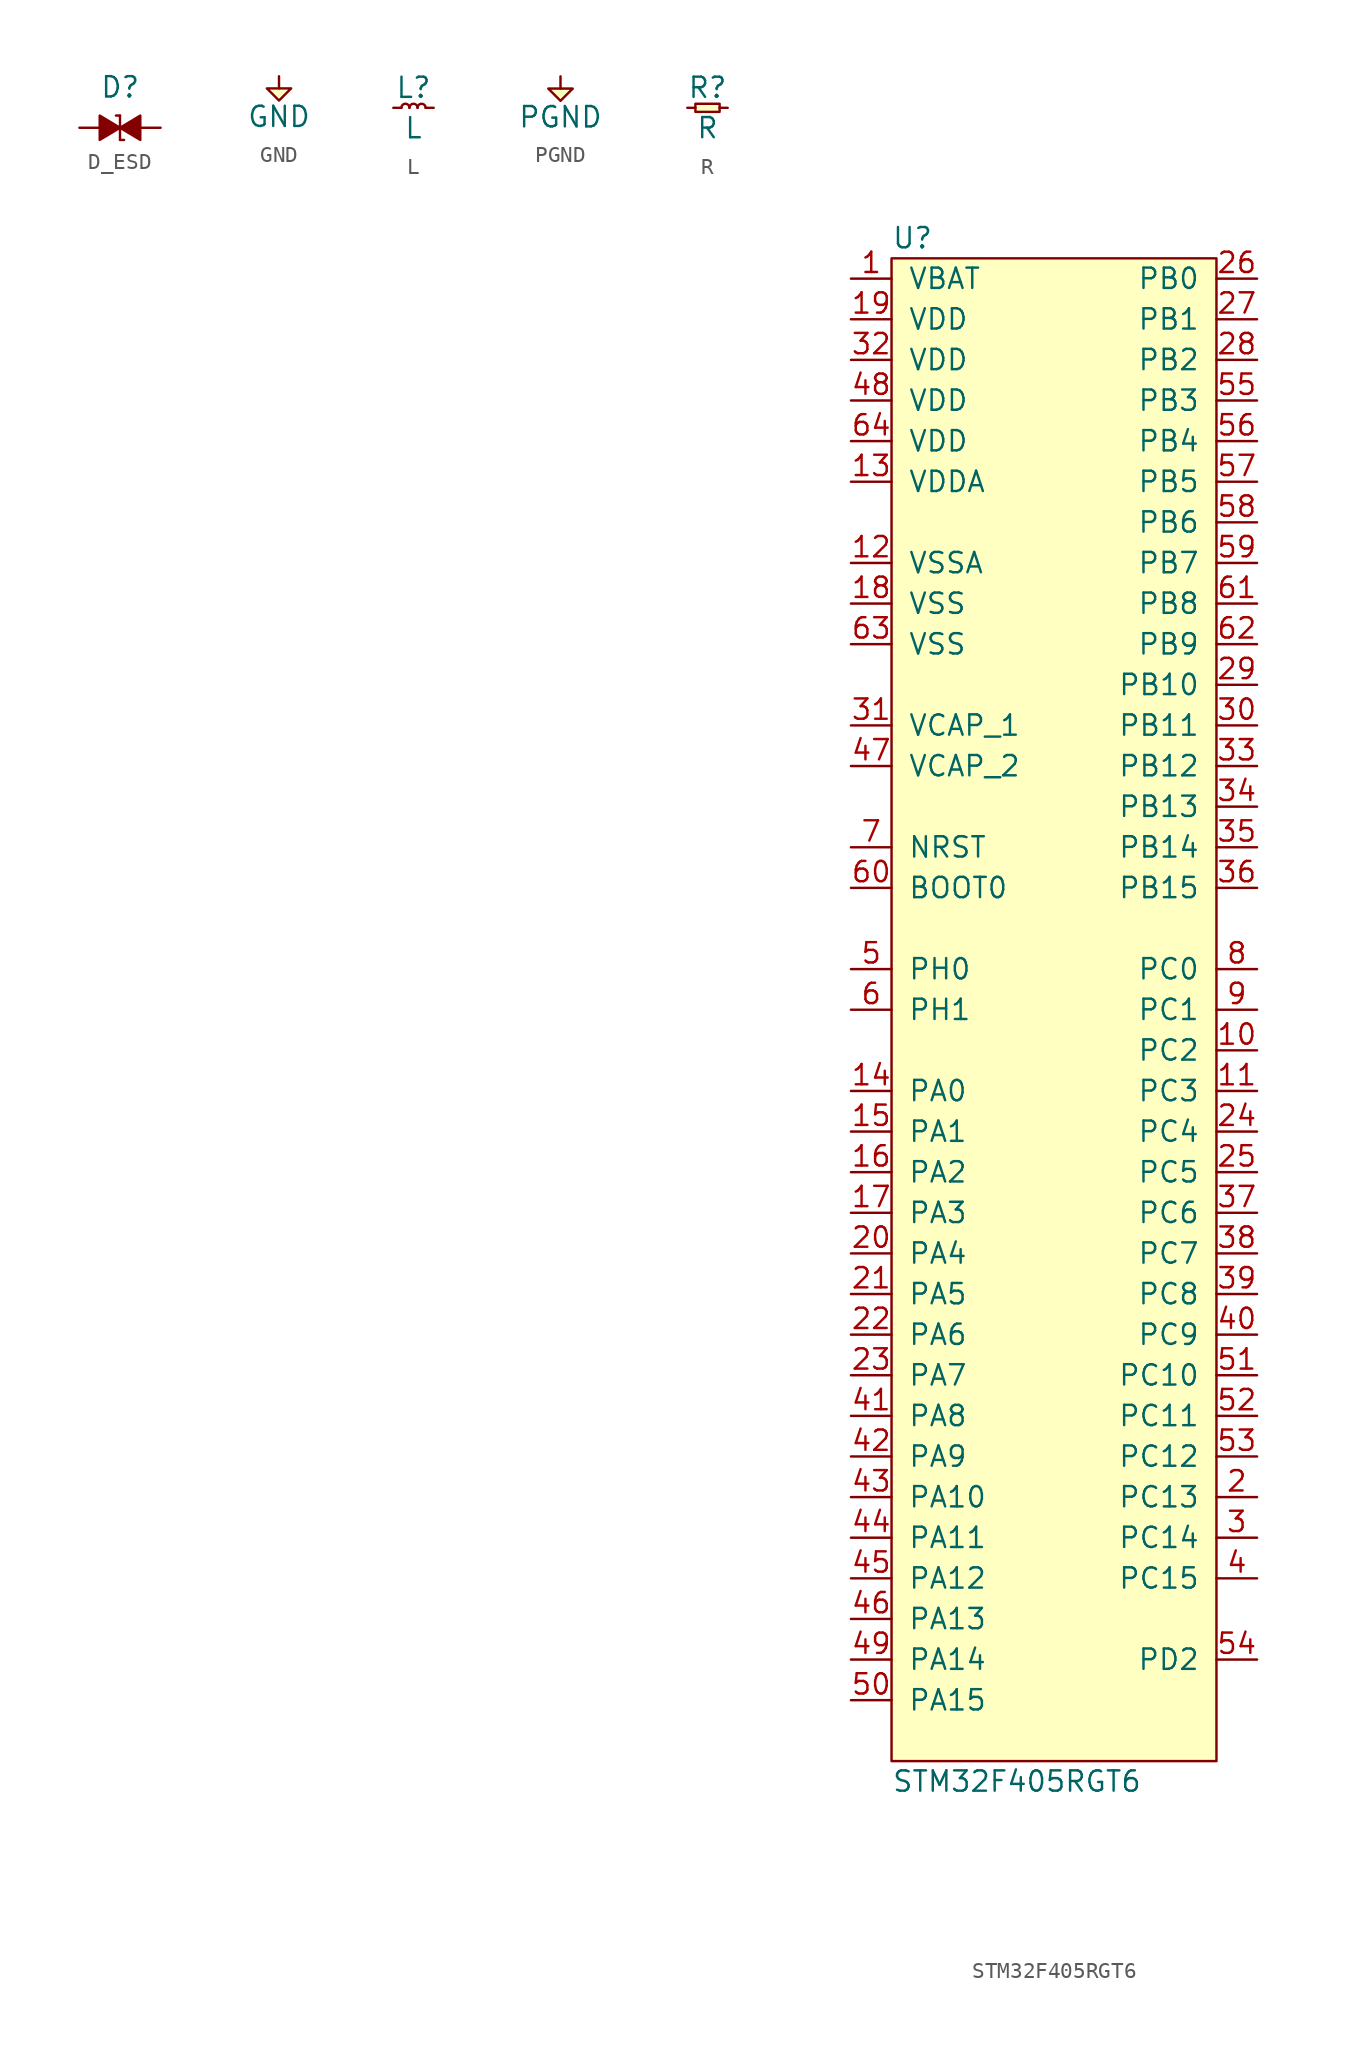
<source format=kicad_sym>
(kicad_symbol_lib
  (version 20211014)
  (generator kicad_symbol_editor)
  (symbol "D_ESD"
    (pin_numbers hide)
    (pin_names
      (offset 0) hide)
    (property "Reference" "D"
      (at -1.27 2.54 0)
      (effects (font (size 1.27 1.27)) (justify left)))
    (symbol "D_ESD_0_1"
      (polyline (pts (xy 0 -0.762) (xy 0.254 -0.762)) (stroke (width 0) (type default) (color 0 0 0 0)) (fill (type none)))
      (polyline (pts (xy 0 0.762) (xy -0.254 0.762)) (stroke (width 0) (type default) (color 0 0 0 0)) (fill (type none)))
      (polyline (pts (xy 0 0.762) (xy 0 -0.762)) (stroke (width 0) (type default) (color 0 0 0 0)) (fill (type none)))
      (polyline (pts (xy 0 0) (xy -1.27 0.762) (xy -1.27 -0.762) (xy 0 0)) (stroke (width 0) (type default) (color 0 0 0 0)) (fill (type outline)))
      (polyline (pts (xy 0 0) (xy 1.27 0.762) (xy 1.27 -0.762) (xy 0 0)) (stroke (width 0) (type default) (color 0 0 0 0)) (fill (type outline))))
    (symbol "D_ESD_1_1"
      (pin passive line (at -2.54 0 0) (length 1.27) (name "1" (effects (font (size 1.27 1.27)))) (number "1" (effects (font (size 1.27 1.27)))))
      (pin passive line (at 2.54 0 180) (length 1.27) (name "2" (effects (font (size 1.27 1.27)))) (number "2" (effects (font (size 1.27 1.27)))))))
  (symbol "GND"
    (power)
    (pin_numbers hide)
    (pin_names
      (offset 1.016) hide)
    (property "Reference" "#PWR"
      (at -3.302 1.016 0)
      (effects (font (size 1.27 1.27)) (justify left) hide))
    (property "Value" "GND"
      (at 0 -2.54 0)
      (effects (font (size 1.27 1.27))))
    (symbol "GND_0_1"
      (polyline (pts (xy 0 0) (xy 0 -0.762)) (stroke (width 0) (type default) (color 0 0 0 0)) (fill (type none)))
      (polyline (pts (xy -0.762 -0.762) (xy 0.762 -0.762) (xy 0 -1.524) (xy -0.762 -0.762)) (stroke (width 0) (type default) (color 0 0 0 0)) (fill (type background))))
    (symbol "GND_1_1"
      (pin power_in line (at 0 0 180) (length 0) hide (name "GND" (effects (font (size 1.27 1.27)))) (number "1" (effects (font (size 1.27 1.27)))))))
  (symbol "L"
    (pin_numbers hide)
    (pin_names
      (offset 1.016) hide)
    (property "Reference" "L"
      (at 1.27 1.27 0)
      (effects (font (size 1.27 1.27))))
    (property "Value" "L"
      (at 1.27 -1.27 0)
      (effects (font (size 1.27 1.27))))
    (symbol "L_0_1"
      (arc (start 1.016 0) (mid 0.762 0.254) (end 0.508 0) (stroke (width 0) (type default) (color 0 0 0 0)) (fill (type none)))
      (arc (start 1.524 0) (mid 1.27 0.254) (end 1.016 0) (stroke (width 0) (type default) (color 0 0 0 0)) (fill (type none)))
      (arc (start 2.032 0) (mid 1.778 0.254) (end 1.524 0) (stroke (width 0) (type default) (color 0 0 0 0)) (fill (type none))))
    (symbol "L_1_1"
      (pin passive line (at 0 0 0) (length 0.508) (name "~" (effects (font (size 1.27 1.27)))) (number "1" (effects (font (size 1.27 1.27)))))
      (pin passive line (at 2.54 0 180) (length 0.508) (name "~" (effects (font (size 1.27 1.27)))) (number "2" (effects (font (size 1.27 1.27)))))))
  (symbol "PGND"
    (power)
    (pin_numbers hide)
    (pin_names
      (offset 1.016) hide)
    (property "Reference" "#PWR"
      (at -3.302 1.016 0)
      (effects (font (size 1.27 1.27)) (justify left) hide))
    (property "Value" "PGND"
      (at 0 -2.54 0)
      (effects (font (size 1.27 1.27))))
    (symbol "PGND_0_1"
      (polyline (pts (xy 0 0) (xy 0 -0.762)) (stroke (width 0) (type default) (color 0 0 0 0)) (fill (type none)))
      (polyline (pts (xy -0.762 -0.762) (xy 0.762 -0.762) (xy 0 -1.524) (xy -0.762 -0.762)) (stroke (width 0) (type default) (color 0 0 0 0)) (fill (type background))))
    (symbol "PGND_1_1"
      (pin power_in line (at 0 0 180) (length 0) hide (name "GND" (effects (font (size 1.27 1.27)))) (number "1" (effects (font (size 1.27 1.27)))))))
  (symbol "R"
    (pin_numbers hide)
    (pin_names
      (offset 1.016) hide)
    (property "Reference" "R"
      (at 1.27 1.27 0)
      (effects (font (size 1.27 1.27))))
    (property "Value" "R"
      (at 1.27 -1.27 0)
      (effects (font (size 1.27 1.27))))
    (symbol "R_0_1"
      (rectangle (start 0.508 0.254) (end 2.032 -0.254) (stroke (width 0) (type default) (color 0 0 0 0)) (fill (type background))))
    (symbol "R_1_1"
      (pin passive line (at 0 0 0) (length 0.508) (name "~" (effects (font (size 1.27 1.27)))) (number "1" (effects (font (size 1.27 1.27)))))
      (pin passive line (at 2.54 0 180) (length 0.508) (name "~" (effects (font (size 1.27 1.27)))) (number "2" (effects (font (size 1.27 1.27)))))))
  (symbol "STM32F405RGT6"
    (pin_names
      (offset 1.016))
    (property "Reference" "U"
      (at -10.16 48.26 0)
      (effects (font (size 1.27 1.27)) (justify left)))
    (property "Value" "STM32F405RGT6"
      (at -10.16 -48.26 0)
      (effects (font (size 1.27 1.27)) (justify left)))
    (symbol "STM32F405RGT6_0_0"
      (pin power_in line (at -12.7 45.72 0) (length 2.54) (name "VBAT" (effects (font (size 1.27 1.27)))) (number "1" (effects (font (size 1.27 1.27)))))
      (pin bidirectional line (at 12.7 -2.54 180) (length 2.54) (name "PC2" (effects (font (size 1.27 1.27)))) (number "10" (effects (font (size 1.27 1.27)))))
      (pin bidirectional line (at 12.7 -5.08 180) (length 2.54) (name "PC3" (effects (font (size 1.27 1.27)))) (number "11" (effects (font (size 1.27 1.27)))))
      (pin power_in line (at -12.7 27.94 0) (length 2.54) (name "VSSA" (effects (font (size 1.27 1.27)))) (number "12" (effects (font (size 1.27 1.27)))))
      (pin power_in line (at -12.7 33.02 0) (length 2.54) (name "VDDA" (effects (font (size 1.27 1.27)))) (number "13" (effects (font (size 1.27 1.27)))))
      (pin bidirectional line (at -12.7 -5.08 0) (length 2.54) (name "PA0" (effects (font (size 1.27 1.27)))) (number "14" (effects (font (size 1.27 1.27)))))
      (pin bidirectional line (at -12.7 -7.62 0) (length 2.54) (name "PA1" (effects (font (size 1.27 1.27)))) (number "15" (effects (font (size 1.27 1.27)))))
      (pin bidirectional line (at -12.7 -10.16 0) (length 2.54) (name "PA2" (effects (font (size 1.27 1.27)))) (number "16" (effects (font (size 1.27 1.27)))))
      (pin bidirectional line (at -12.7 -12.7 0) (length 2.54) (name "PA3" (effects (font (size 1.27 1.27)))) (number "17" (effects (font (size 1.27 1.27)))))
      (pin power_in line (at -12.7 25.4 0) (length 2.54) (name "VSS" (effects (font (size 1.27 1.27)))) (number "18" (effects (font (size 1.27 1.27)))))
      (pin power_in line (at -12.7 43.18 0) (length 2.54) (name "VDD" (effects (font (size 1.27 1.27)))) (number "19" (effects (font (size 1.27 1.27)))))
      (pin bidirectional line (at 12.7 -30.48 180) (length 2.54) (name "PC13" (effects (font (size 1.27 1.27)))) (number "2" (effects (font (size 1.27 1.27)))))
      (pin bidirectional line (at -12.7 -15.24 0) (length 2.54) (name "PA4" (effects (font (size 1.27 1.27)))) (number "20" (effects (font (size 1.27 1.27)))))
      (pin bidirectional line (at -12.7 -17.78 0) (length 2.54) (name "PA5" (effects (font (size 1.27 1.27)))) (number "21" (effects (font (size 1.27 1.27)))))
      (pin bidirectional line (at -12.7 -20.32 0) (length 2.54) (name "PA6" (effects (font (size 1.27 1.27)))) (number "22" (effects (font (size 1.27 1.27)))))
      (pin bidirectional line (at -12.7 -22.86 0) (length 2.54) (name "PA7" (effects (font (size 1.27 1.27)))) (number "23" (effects (font (size 1.27 1.27)))))
      (pin bidirectional line (at 12.7 -7.62 180) (length 2.54) (name "PC4" (effects (font (size 1.27 1.27)))) (number "24" (effects (font (size 1.27 1.27)))))
      (pin bidirectional line (at 12.7 -10.16 180) (length 2.54) (name "PC5" (effects (font (size 1.27 1.27)))) (number "25" (effects (font (size 1.27 1.27)))))
      (pin bidirectional line (at 12.7 45.72 180) (length 2.54) (name "PB0" (effects (font (size 1.27 1.27)))) (number "26" (effects (font (size 1.27 1.27)))))
      (pin bidirectional line (at 12.7 43.18 180) (length 2.54) (name "PB1" (effects (font (size 1.27 1.27)))) (number "27" (effects (font (size 1.27 1.27)))))
      (pin bidirectional line (at 12.7 40.64 180) (length 2.54) (name "PB2" (effects (font (size 1.27 1.27)))) (number "28" (effects (font (size 1.27 1.27)))))
      (pin bidirectional line (at 12.7 20.32 180) (length 2.54) (name "PB10" (effects (font (size 1.27 1.27)))) (number "29" (effects (font (size 1.27 1.27)))))
      (pin bidirectional line (at 12.7 -33.02 180) (length 2.54) (name "PC14" (effects (font (size 1.27 1.27)))) (number "3" (effects (font (size 1.27 1.27)))))
      (pin bidirectional line (at 12.7 17.78 180) (length 2.54) (name "PB11" (effects (font (size 1.27 1.27)))) (number "30" (effects (font (size 1.27 1.27)))))
      (pin passive line (at -12.7 17.78 0) (length 2.54) (name "VCAP_1" (effects (font (size 1.27 1.27)))) (number "31" (effects (font (size 1.27 1.27)))))
      (pin power_in line (at -12.7 40.64 0) (length 2.54) (name "VDD" (effects (font (size 1.27 1.27)))) (number "32" (effects (font (size 1.27 1.27)))))
      (pin bidirectional line (at 12.7 15.24 180) (length 2.54) (name "PB12" (effects (font (size 1.27 1.27)))) (number "33" (effects (font (size 1.27 1.27)))))
      (pin bidirectional line (at 12.7 12.7 180) (length 2.54) (name "PB13" (effects (font (size 1.27 1.27)))) (number "34" (effects (font (size 1.27 1.27)))))
      (pin bidirectional line (at 12.7 10.16 180) (length 2.54) (name "PB14" (effects (font (size 1.27 1.27)))) (number "35" (effects (font (size 1.27 1.27)))))
      (pin bidirectional line (at 12.7 7.62 180) (length 2.54) (name "PB15" (effects (font (size 1.27 1.27)))) (number "36" (effects (font (size 1.27 1.27)))))
      (pin bidirectional line (at 12.7 -12.7 180) (length 2.54) (name "PC6" (effects (font (size 1.27 1.27)))) (number "37" (effects (font (size 1.27 1.27)))))
      (pin bidirectional line (at 12.7 -15.24 180) (length 2.54) (name "PC7" (effects (font (size 1.27 1.27)))) (number "38" (effects (font (size 1.27 1.27)))))
      (pin bidirectional line (at 12.7 -17.78 180) (length 2.54) (name "PC8" (effects (font (size 1.27 1.27)))) (number "39" (effects (font (size 1.27 1.27)))))
      (pin bidirectional line (at 12.7 -35.56 180) (length 2.54) (name "PC15" (effects (font (size 1.27 1.27)))) (number "4" (effects (font (size 1.27 1.27)))))
      (pin bidirectional line (at 12.7 -20.32 180) (length 2.54) (name "PC9" (effects (font (size 1.27 1.27)))) (number "40" (effects (font (size 1.27 1.27)))))
      (pin bidirectional line (at -12.7 -25.4 0) (length 2.54) (name "PA8" (effects (font (size 1.27 1.27)))) (number "41" (effects (font (size 1.27 1.27)))))
      (pin bidirectional line (at -12.7 -27.94 0) (length 2.54) (name "PA9" (effects (font (size 1.27 1.27)))) (number "42" (effects (font (size 1.27 1.27)))))
      (pin bidirectional line (at -12.7 -30.48 0) (length 2.54) (name "PA10" (effects (font (size 1.27 1.27)))) (number "43" (effects (font (size 1.27 1.27)))))
      (pin bidirectional line (at -12.7 -33.02 0) (length 2.54) (name "PA11" (effects (font (size 1.27 1.27)))) (number "44" (effects (font (size 1.27 1.27)))))
      (pin bidirectional line (at -12.7 -35.56 0) (length 2.54) (name "PA12" (effects (font (size 1.27 1.27)))) (number "45" (effects (font (size 1.27 1.27)))))
      (pin bidirectional line (at -12.7 -38.1 0) (length 2.54) (name "PA13" (effects (font (size 1.27 1.27)))) (number "46" (effects (font (size 1.27 1.27)))))
      (pin passive line (at -12.7 15.24 0) (length 2.54) (name "VCAP_2" (effects (font (size 1.27 1.27)))) (number "47" (effects (font (size 1.27 1.27)))))
      (pin power_in line (at -12.7 38.1 0) (length 2.54) (name "VDD" (effects (font (size 1.27 1.27)))) (number "48" (effects (font (size 1.27 1.27)))))
      (pin bidirectional line (at -12.7 -40.64 0) (length 2.54) (name "PA14" (effects (font (size 1.27 1.27)))) (number "49" (effects (font (size 1.27 1.27)))))
      (pin bidirectional line (at -12.7 2.54 0) (length 2.54) (name "PH0" (effects (font (size 1.27 1.27)))) (number "5" (effects (font (size 1.27 1.27)))))
      (pin bidirectional line (at -12.7 -43.18 0) (length 2.54) (name "PA15" (effects (font (size 1.27 1.27)))) (number "50" (effects (font (size 1.27 1.27)))))
      (pin bidirectional line (at 12.7 -22.86 180) (length 2.54) (name "PC10" (effects (font (size 1.27 1.27)))) (number "51" (effects (font (size 1.27 1.27)))))
      (pin bidirectional line (at 12.7 -25.4 180) (length 2.54) (name "PC11" (effects (font (size 1.27 1.27)))) (number "52" (effects (font (size 1.27 1.27)))))
      (pin bidirectional line (at 12.7 -27.94 180) (length 2.54) (name "PC12" (effects (font (size 1.27 1.27)))) (number "53" (effects (font (size 1.27 1.27)))))
      (pin bidirectional line (at 12.7 -40.64 180) (length 2.54) (name "PD2" (effects (font (size 1.27 1.27)))) (number "54" (effects (font (size 1.27 1.27)))))
      (pin bidirectional line (at 12.7 38.1 180) (length 2.54) (name "PB3" (effects (font (size 1.27 1.27)))) (number "55" (effects (font (size 1.27 1.27)))))
      (pin bidirectional line (at 12.7 35.56 180) (length 2.54) (name "PB4" (effects (font (size 1.27 1.27)))) (number "56" (effects (font (size 1.27 1.27)))))
      (pin bidirectional line (at 12.7 33.02 180) (length 2.54) (name "PB5" (effects (font (size 1.27 1.27)))) (number "57" (effects (font (size 1.27 1.27)))))
      (pin bidirectional line (at 12.7 30.48 180) (length 2.54) (name "PB6" (effects (font (size 1.27 1.27)))) (number "58" (effects (font (size 1.27 1.27)))))
      (pin bidirectional line (at 12.7 27.94 180) (length 2.54) (name "PB7" (effects (font (size 1.27 1.27)))) (number "59" (effects (font (size 1.27 1.27)))))
      (pin bidirectional line (at -12.7 0 0) (length 2.54) (name "PH1" (effects (font (size 1.27 1.27)))) (number "6" (effects (font (size 1.27 1.27)))))
      (pin input line (at -12.7 7.62 0) (length 2.54) (name "BOOT0" (effects (font (size 1.27 1.27)))) (number "60" (effects (font (size 1.27 1.27)))))
      (pin bidirectional line (at 12.7 25.4 180) (length 2.54) (name "PB8" (effects (font (size 1.27 1.27)))) (number "61" (effects (font (size 1.27 1.27)))))
      (pin bidirectional line (at 12.7 22.86 180) (length 2.54) (name "PB9" (effects (font (size 1.27 1.27)))) (number "62" (effects (font (size 1.27 1.27)))))
      (pin power_in line (at -12.7 22.86 0) (length 2.54) (name "VSS" (effects (font (size 1.27 1.27)))) (number "63" (effects (font (size 1.27 1.27)))))
      (pin power_in line (at -12.7 35.56 0) (length 2.54) (name "VDD" (effects (font (size 1.27 1.27)))) (number "64" (effects (font (size 1.27 1.27)))))
      (pin input line (at -12.7 10.16 0) (length 2.54) (name "NRST" (effects (font (size 1.27 1.27)))) (number "7" (effects (font (size 1.27 1.27)))))
      (pin bidirectional line (at 12.7 2.54 180) (length 2.54) (name "PC0" (effects (font (size 1.27 1.27)))) (number "8" (effects (font (size 1.27 1.27)))))
      (pin bidirectional line (at 12.7 0 180) (length 2.54) (name "PC1" (effects (font (size 1.27 1.27)))) (number "9" (effects (font (size 1.27 1.27))))))
    (symbol "STM32F405RGT6_0_1"
      (rectangle (start -10.16 46.99) (end 10.16 -46.99) (stroke (width 0) (type default) (color 0 0 0 0)) (fill (type background))))))
</source>
